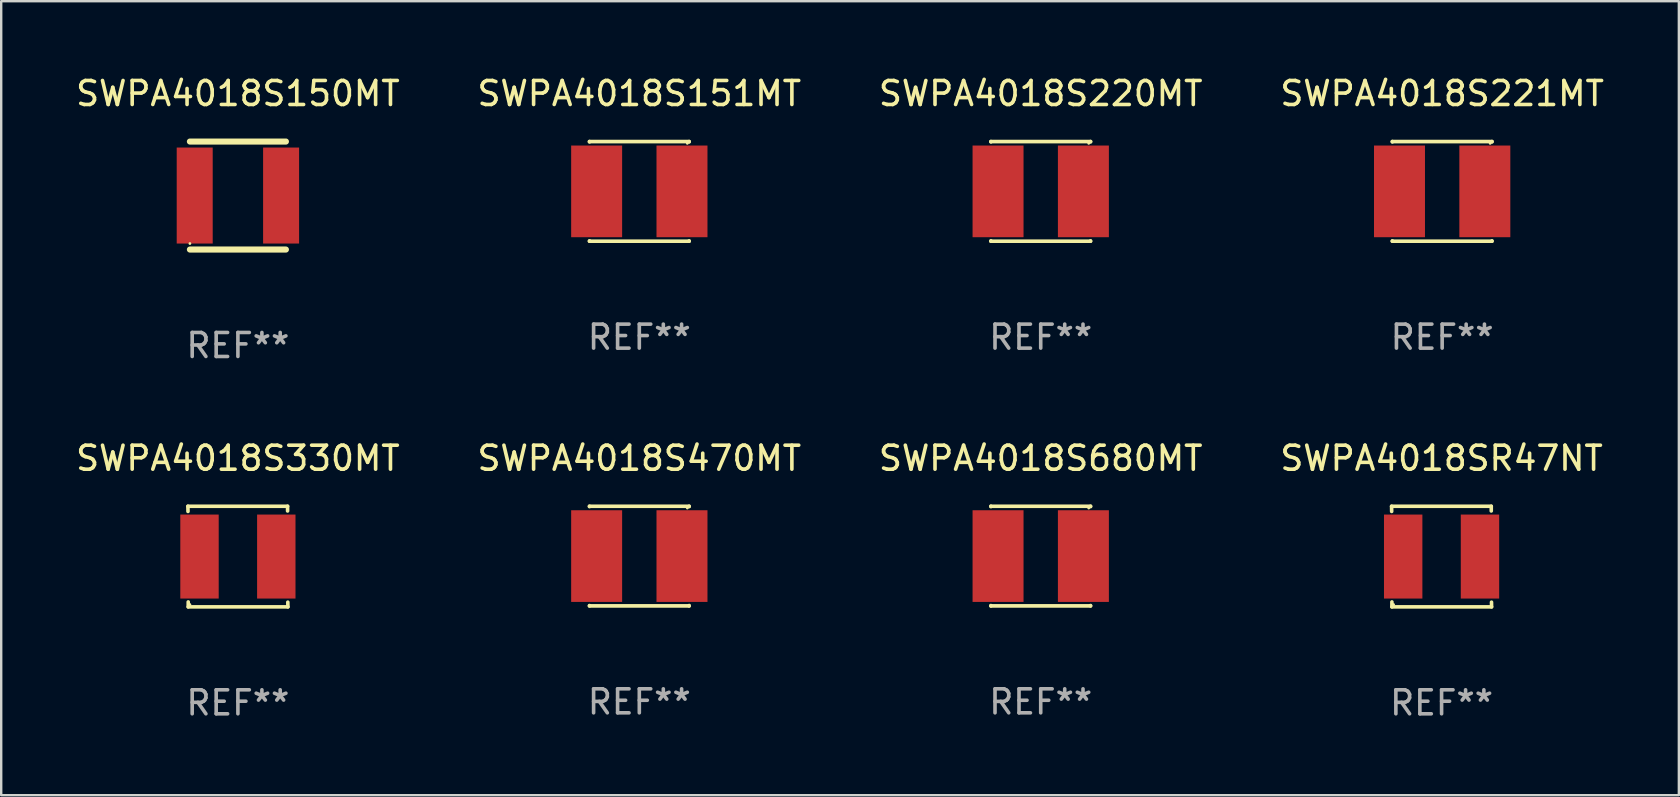
<source format=kicad_pcb>
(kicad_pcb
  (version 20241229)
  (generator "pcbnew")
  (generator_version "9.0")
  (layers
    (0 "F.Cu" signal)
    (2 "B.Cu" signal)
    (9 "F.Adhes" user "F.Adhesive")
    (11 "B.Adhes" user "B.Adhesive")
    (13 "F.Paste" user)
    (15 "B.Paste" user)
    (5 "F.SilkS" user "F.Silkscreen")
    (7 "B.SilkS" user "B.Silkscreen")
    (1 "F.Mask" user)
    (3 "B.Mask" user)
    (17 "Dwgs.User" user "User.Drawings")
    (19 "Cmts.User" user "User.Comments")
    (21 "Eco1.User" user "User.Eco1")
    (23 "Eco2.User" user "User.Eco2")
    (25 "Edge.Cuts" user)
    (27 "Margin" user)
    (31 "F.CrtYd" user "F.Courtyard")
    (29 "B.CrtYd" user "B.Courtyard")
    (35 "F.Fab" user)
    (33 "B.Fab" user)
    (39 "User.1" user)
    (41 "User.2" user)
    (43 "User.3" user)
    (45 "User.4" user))
  (footprint "SWPA4018S680MT"
    (layer "F.Cu")
    (at 40.315 20.121)
    (property "Reference" "SWPA4018S680MT" (at 0 -4.076 0) (layer "F.SilkS") (effects (font (size 1 1) (thickness 0.15))))
    (attr through_hole)
    (fp_line (start -2.076 -2.076) (end 2.076 -2.076) (stroke (width 0.152) (type solid)) (layer "F.SilkS"))
    (fp_line (start -2.076 -2.062) (end -2.076 -2.076) (stroke (width 0.152) (type solid)) (layer "F.SilkS"))
    (fp_line (start -2.076 2.062) (end -2.076 2.076) (stroke (width 0.152) (type solid)) (layer "F.SilkS"))
    (fp_line (start -2.076 2.076) (end 2.076 2.076) (stroke (width 0.152) (type solid)) (layer "F.SilkS"))
    (fp_line (start 2.076 -2.076) (end 2.076 -2.062) (stroke (width 0.152) (type solid)) (layer "F.SilkS"))
    (fp_line (start 2.076 2.076) (end 2.076 2.062) (stroke (width 0.152) (type solid)) (layer "F.SilkS"))
    (fp_circle (center 2 -2) (end 2.03 -2) (stroke (width 0.06) (type solid)) (fill no) (layer "F.SilkS"))
    (fp_text user "REF**" (at 0 6.076 0) (layer "F.Fab") (effects (font (size 1 1) (thickness 0.15))))
    (pad "1" smd rect (at 1.778 0) (size 2.124 3.82) (layers "F.Cu" "F.Mask" "F.Paste"))
    (pad "2" smd rect (at -1.778 0) (size 2.124 3.82) (layers "F.Cu" "F.Mask" "F.Paste")))
  (footprint "SWPA4018S150MT"
    (layer "F.Cu")
    (at 6.863 5.098)
    (property "Reference" "SWPA4018S150MT" (at 0 -4.25 0) (layer "F.SilkS") (effects (font (size 1 1) (thickness 0.15))))
    (attr through_hole)
    (fp_line (start -2 -2.25) (end 2 -2.25) (stroke (width 0.254) (type solid)) (layer "F.SilkS"))
    (fp_line (start -2 2.25) (end 2 2.25) (stroke (width 0.254) (type solid)) (layer "F.SilkS"))
    (fp_circle (center -2 2) (end -1.97 2) (stroke (width 0.06) (type solid)) (fill no) (layer "F.SilkS"))
    (fp_text user "REF**" (at 0 6.25 0) (layer "F.Fab") (effects (font (size 1 1) (thickness 0.15))))
    (pad "1" smd rect (at -1.8 0) (size 1.5 4) (layers "F.Cu" "F.Mask" "F.Paste"))
    (pad "2" smd rect (at 1.8 0) (size 1.5 4) (layers "F.Cu" "F.Mask" "F.Paste")))
  (footprint "SWPA4018S470MT"
    (layer "F.Cu")
    (at 23.589 20.121)
    (property "Reference" "SWPA4018S470MT" (at 0 -4.076 0) (layer "F.SilkS") (effects (font (size 1 1) (thickness 0.15))))
    (attr through_hole)
    (fp_line (start -2.076 -2.076) (end 2.076 -2.076) (stroke (width 0.152) (type solid)) (layer "F.SilkS"))
    (fp_line (start -2.076 -2.062) (end -2.076 -2.076) (stroke (width 0.152) (type solid)) (layer "F.SilkS"))
    (fp_line (start -2.076 2.062) (end -2.076 2.076) (stroke (width 0.152) (type solid)) (layer "F.SilkS"))
    (fp_line (start -2.076 2.076) (end 2.076 2.076) (stroke (width 0.152) (type solid)) (layer "F.SilkS"))
    (fp_line (start 2.076 -2.076) (end 2.076 -2.062) (stroke (width 0.152) (type solid)) (layer "F.SilkS"))
    (fp_line (start 2.076 2.076) (end 2.076 2.062) (stroke (width 0.152) (type solid)) (layer "F.SilkS"))
    (fp_circle (center 2 -2) (end 2.03 -2) (stroke (width 0.06) (type solid)) (fill no) (layer "F.SilkS"))
    (fp_text user "REF**" (at 0 6.076 0) (layer "F.Fab") (effects (font (size 1 1) (thickness 0.15))))
    (pad "1" smd rect (at 1.778 0) (size 2.124 3.82) (layers "F.Cu" "F.Mask" "F.Paste"))
    (pad "2" smd rect (at -1.778 0) (size 2.124 3.82) (layers "F.Cu" "F.Mask" "F.Paste")))
  (footprint "SWPA4018SR47NT"
    (layer "F.Cu")
    (at 57.018 20.141)
    (property "Reference" "SWPA4018SR47NT" (at 0 -4.096 0) (layer "F.SilkS") (effects (font (size 1 1) (thickness 0.15))))
    (attr through_hole)
    (fp_line (start -2.083 -2.096) (end -2.08 -1.88) (stroke (width 0.15) (type solid)) (layer "F.SilkS"))
    (fp_line (start -2.07 1.89) (end -2.07 2.096) (stroke (width 0.15) (type solid)) (layer "F.SilkS"))
    (fp_line (start -2.07 2.096) (end 2.083 2.096) (stroke (width 0.15) (type solid)) (layer "F.SilkS"))
    (fp_line (start 2.07 -1.9) (end 2.07 -2.096) (stroke (width 0.15) (type solid)) (layer "F.SilkS"))
    (fp_line (start 2.07 -2.096) (end -2.083 -2.096) (stroke (width 0.15) (type solid)) (layer "F.SilkS"))
    (fp_line (start 2.083 2.096) (end 2.08 1.9) (stroke (width 0.15) (type solid)) (layer "F.SilkS"))
    (fp_circle (center -2 2) (end -1.97 2) (stroke (width 0.06) (type solid)) (fill no) (layer "F.SilkS"))
    (fp_text user "REF**" (at 0 6.096 0) (layer "F.Fab") (effects (font (size 1 1) (thickness 0.15))))
    (pad "1" smd rect (at -1.6 -0.000343) (size 1.6 3.5) (layers "F.Cu" "F.Mask" "F.Paste"))
    (pad "2" smd rect (at 1.6 -0.000343) (size 1.6 3.5) (layers "F.Cu" "F.Mask" "F.Paste")))
  (footprint "SWPA4018S220MT"
    (layer "F.Cu")
    (at 40.315 4.924)
    (property "Reference" "SWPA4018S220MT" (at 0 -4.076 0) (layer "F.SilkS") (effects (font (size 1 1) (thickness 0.15))))
    (attr through_hole)
    (fp_line (start -2.076 -2.076) (end 2.076 -2.076) (stroke (width 0.152) (type solid)) (layer "F.SilkS"))
    (fp_line (start -2.076 -2.062) (end -2.076 -2.076) (stroke (width 0.152) (type solid)) (layer "F.SilkS"))
    (fp_line (start -2.076 2.062) (end -2.076 2.076) (stroke (width 0.152) (type solid)) (layer "F.SilkS"))
    (fp_line (start -2.076 2.076) (end 2.076 2.076) (stroke (width 0.152) (type solid)) (layer "F.SilkS"))
    (fp_line (start 2.076 -2.076) (end 2.076 -2.062) (stroke (width 0.152) (type solid)) (layer "F.SilkS"))
    (fp_line (start 2.076 2.076) (end 2.076 2.062) (stroke (width 0.152) (type solid)) (layer "F.SilkS"))
    (fp_circle (center 2 -2) (end 2.03 -2) (stroke (width 0.06) (type solid)) (fill no) (layer "F.SilkS"))
    (fp_text user "REF**" (at 0 6.076 0) (layer "F.Fab") (effects (font (size 1 1) (thickness 0.15))))
    (pad "1" smd rect (at 1.778 0) (size 2.124 3.82) (layers "F.Cu" "F.Mask" "F.Paste"))
    (pad "2" smd rect (at -1.778 0) (size 2.124 3.82) (layers "F.Cu" "F.Mask" "F.Paste")))
  (footprint "SWPA4018S151MT"
    (layer "F.Cu")
    (at 23.589 4.924)
    (property "Reference" "SWPA4018S151MT" (at 0 -4.076 0) (layer "F.SilkS") (effects (font (size 1 1) (thickness 0.15))))
    (attr through_hole)
    (fp_line (start -2.076 -2.076) (end 2.076 -2.076) (stroke (width 0.152) (type solid)) (layer "F.SilkS"))
    (fp_line (start -2.076 -2.062) (end -2.076 -2.076) (stroke (width 0.152) (type solid)) (layer "F.SilkS"))
    (fp_line (start -2.076 2.062) (end -2.076 2.076) (stroke (width 0.152) (type solid)) (layer "F.SilkS"))
    (fp_line (start -2.076 2.076) (end 2.076 2.076) (stroke (width 0.152) (type solid)) (layer "F.SilkS"))
    (fp_line (start 2.076 -2.076) (end 2.076 -2.062) (stroke (width 0.152) (type solid)) (layer "F.SilkS"))
    (fp_line (start 2.076 2.076) (end 2.076 2.062) (stroke (width 0.152) (type solid)) (layer "F.SilkS"))
    (fp_circle (center 2 -2) (end 2.03 -2) (stroke (width 0.06) (type solid)) (fill no) (layer "F.SilkS"))
    (fp_text user "REF**" (at 0 6.076 0) (layer "F.Fab") (effects (font (size 1 1) (thickness 0.15))))
    (pad "1" smd rect (at 1.778 0) (size 2.124 3.82) (layers "F.Cu" "F.Mask" "F.Paste"))
    (pad "2" smd rect (at -1.778 0) (size 2.124 3.82) (layers "F.Cu" "F.Mask" "F.Paste")))
  (footprint "SWPA4018S330MT"
    (layer "F.Cu")
    (at 6.863 20.141)
    (property "Reference" "SWPA4018S330MT" (at 0 -4.096 0) (layer "F.SilkS") (effects (font (size 1 1) (thickness 0.15))))
    (attr through_hole)
    (fp_line (start -2.083 -2.096) (end -2.08 -1.88) (stroke (width 0.15) (type solid)) (layer "F.SilkS"))
    (fp_line (start -2.07 1.89) (end -2.07 2.096) (stroke (width 0.15) (type solid)) (layer "F.SilkS"))
    (fp_line (start -2.07 2.096) (end 2.083 2.096) (stroke (width 0.15) (type solid)) (layer "F.SilkS"))
    (fp_line (start 2.07 -1.9) (end 2.07 -2.096) (stroke (width 0.15) (type solid)) (layer "F.SilkS"))
    (fp_line (start 2.07 -2.096) (end -2.083 -2.096) (stroke (width 0.15) (type solid)) (layer "F.SilkS"))
    (fp_line (start 2.083 2.096) (end 2.08 1.9) (stroke (width 0.15) (type solid)) (layer "F.SilkS"))
    (fp_circle (center -2 2) (end -1.97 2) (stroke (width 0.06) (type solid)) (fill no) (layer "F.SilkS"))
    (fp_text user "REF**" (at 0 6.096 0) (layer "F.Fab") (effects (font (size 1 1) (thickness 0.15))))
    (pad "1" smd rect (at -1.6 -0.000343) (size 1.6 3.5) (layers "F.Cu" "F.Mask" "F.Paste"))
    (pad "2" smd rect (at 1.6 -0.000343) (size 1.6 3.5) (layers "F.Cu" "F.Mask" "F.Paste")))
  (footprint "SWPA4018S221MT"
    (layer "F.Cu")
    (at 57.042 4.924)
    (property "Reference" "SWPA4018S221MT" (at 0 -4.076 0) (layer "F.SilkS") (effects (font (size 1 1) (thickness 0.15))))
    (attr through_hole)
    (fp_line (start -2.076 -2.076) (end 2.076 -2.076) (stroke (width 0.152) (type solid)) (layer "F.SilkS"))
    (fp_line (start -2.076 -2.062) (end -2.076 -2.076) (stroke (width 0.152) (type solid)) (layer "F.SilkS"))
    (fp_line (start -2.076 2.062) (end -2.076 2.076) (stroke (width 0.152) (type solid)) (layer "F.SilkS"))
    (fp_line (start -2.076 2.076) (end 2.076 2.076) (stroke (width 0.152) (type solid)) (layer "F.SilkS"))
    (fp_line (start 2.076 -2.076) (end 2.076 -2.062) (stroke (width 0.152) (type solid)) (layer "F.SilkS"))
    (fp_line (start 2.076 2.076) (end 2.076 2.062) (stroke (width 0.152) (type solid)) (layer "F.SilkS"))
    (fp_circle (center 2 -2) (end 2.03 -2) (stroke (width 0.06) (type solid)) (fill no) (layer "F.SilkS"))
    (fp_text user "REF**" (at 0 6.076 0) (layer "F.Fab") (effects (font (size 1 1) (thickness 0.15))))
    (pad "1" smd rect (at 1.778 0) (size 2.124 3.82) (layers "F.Cu" "F.Mask" "F.Paste"))
    (pad "2" smd rect (at -1.778 0) (size 2.124 3.82) (layers "F.Cu" "F.Mask" "F.Paste")))
  (gr_rect
    (start -3 -3)
    (end 66.905 30.085)
    (stroke (width 0.1) (type default))
    (fill no)
    (layer "Edge.Cuts")))
</source>
